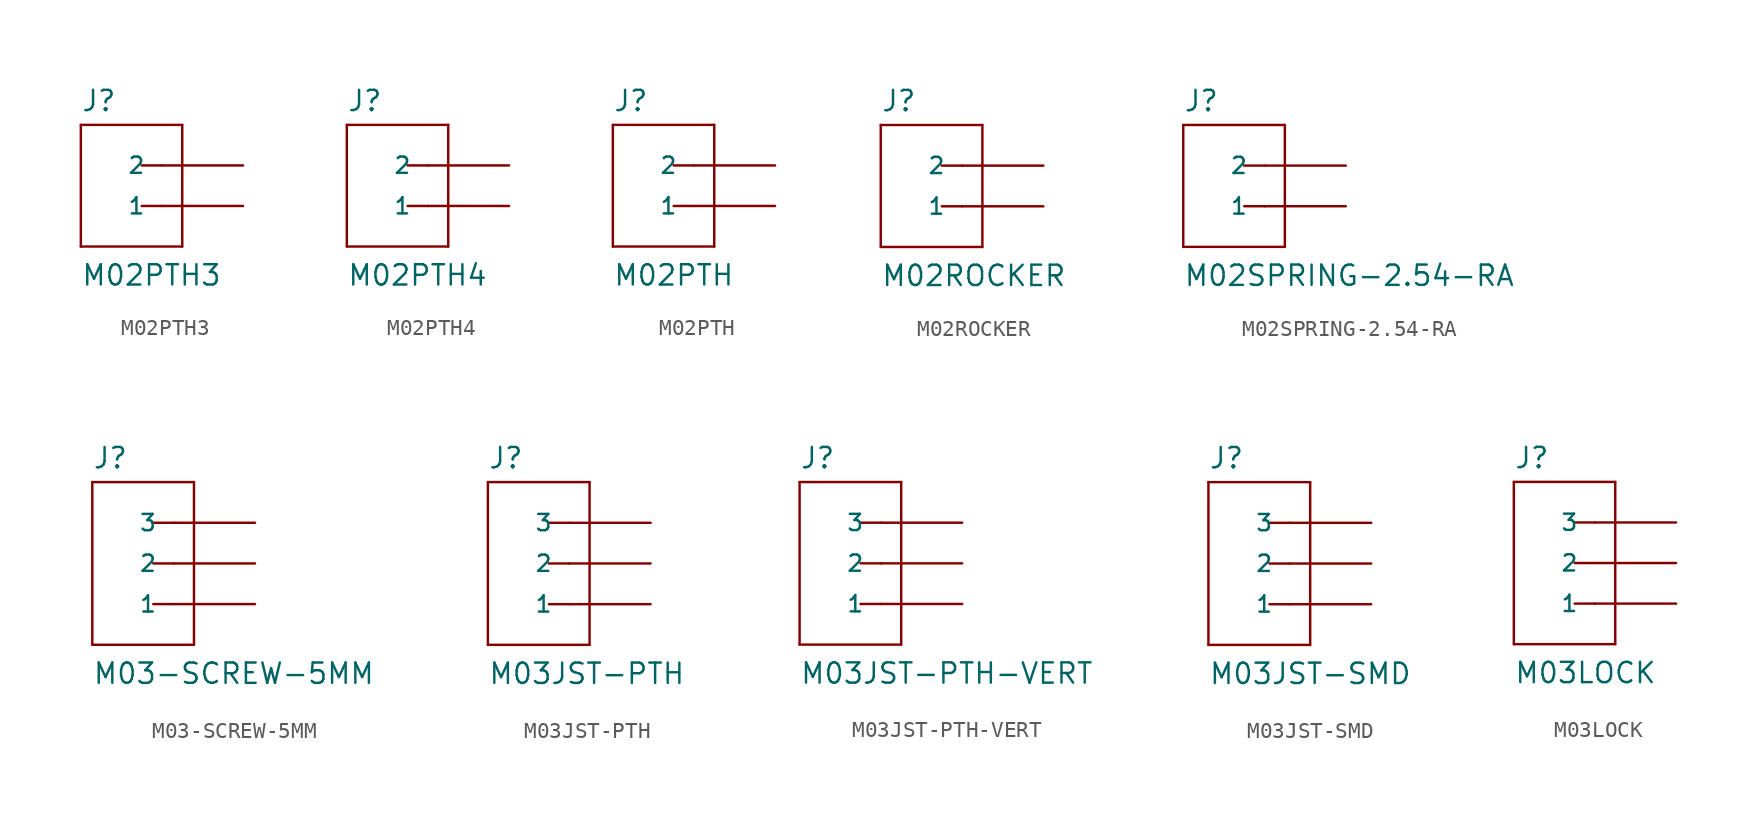
<source format=kicad_sym>
(kicad_symbol_lib
  (version 20211014)
  (generator kicad_symbol_editor)
  (symbol "M02PTH3"
    (pin_numbers hide)
    (pin_names
      (offset 1.016))
    (property "Reference" "J"
      (at -2.54 5.842 0)
      (effects (font (size 1.27 1.27)) (justify left bottom)))
    (property "Value" "M02PTH3"
      (at -2.54 -5.08 0)
      (effects (font (size 1.27 1.27)) (justify left bottom)))
    (property "Datasheet" ""
      (at 0 0 0)
      (effects (font (size 1.524 1.524))))
    (property "ki_locked" ""
      (at 0 0 0)
      (effects (font (size 1.27 1.27))))
    (symbol "M02PTH3_1_0"
      (polyline (pts (xy -2.54 5.08) (xy -2.54 -2.54)) (stroke (width 0) (type default) (color 0 0 0 0)) (fill (type none)))
      (polyline (pts (xy -2.54 5.08) (xy 3.81 5.08)) (stroke (width 0) (type default) (color 0 0 0 0)) (fill (type none)))
      (polyline (pts (xy 1.27 0) (xy 2.54 0)) (stroke (width 0) (type default) (color 0 0 0 0)) (fill (type none)))
      (polyline (pts (xy 1.27 2.54) (xy 2.54 2.54)) (stroke (width 0) (type default) (color 0 0 0 0)) (fill (type none)))
      (polyline (pts (xy 3.81 -2.54) (xy -2.54 -2.54)) (stroke (width 0) (type default) (color 0 0 0 0)) (fill (type none)))
      (polyline (pts (xy 3.81 -2.54) (xy 3.81 5.08)) (stroke (width 0) (type default) (color 0 0 0 0)) (fill (type none))))
    (symbol "M02PTH3_1_1"
      (pin passive line (at 7.62 0 180) (length 5.08) (name "1" (effects (font (size 1.016 1.016)))) (number "1" (effects (font (size 1.016 1.016)))))
      (pin passive line (at 7.62 2.54 180) (length 5.08) (name "2" (effects (font (size 1.016 1.016)))) (number "2" (effects (font (size 1.016 1.016)))))))
  (symbol "M02PTH4"
    (pin_numbers hide)
    (pin_names
      (offset 1.016))
    (property "Reference" "J"
      (at -2.54 5.842 0)
      (effects (font (size 1.27 1.27)) (justify left bottom)))
    (property "Value" "M02PTH4"
      (at -2.54 -5.08 0)
      (effects (font (size 1.27 1.27)) (justify left bottom)))
    (property "Datasheet" ""
      (at 0 0 0)
      (effects (font (size 1.524 1.524))))
    (property "ki_locked" ""
      (at 0 0 0)
      (effects (font (size 1.27 1.27))))
    (symbol "M02PTH4_1_0"
      (polyline (pts (xy -2.54 5.08) (xy -2.54 -2.54)) (stroke (width 0) (type default) (color 0 0 0 0)) (fill (type none)))
      (polyline (pts (xy -2.54 5.08) (xy 3.81 5.08)) (stroke (width 0) (type default) (color 0 0 0 0)) (fill (type none)))
      (polyline (pts (xy 1.27 0) (xy 2.54 0)) (stroke (width 0) (type default) (color 0 0 0 0)) (fill (type none)))
      (polyline (pts (xy 1.27 2.54) (xy 2.54 2.54)) (stroke (width 0) (type default) (color 0 0 0 0)) (fill (type none)))
      (polyline (pts (xy 3.81 -2.54) (xy -2.54 -2.54)) (stroke (width 0) (type default) (color 0 0 0 0)) (fill (type none)))
      (polyline (pts (xy 3.81 -2.54) (xy 3.81 5.08)) (stroke (width 0) (type default) (color 0 0 0 0)) (fill (type none))))
    (symbol "M02PTH4_1_1"
      (pin passive line (at 7.62 0 180) (length 5.08) (name "1" (effects (font (size 1.016 1.016)))) (number "1" (effects (font (size 1.016 1.016)))))
      (pin passive line (at 7.62 2.54 180) (length 5.08) (name "2" (effects (font (size 1.016 1.016)))) (number "2" (effects (font (size 1.016 1.016)))))))
  (symbol "M02PTH"
    (pin_numbers hide)
    (pin_names
      (offset 1.016))
    (property "Reference" "J"
      (at -2.54 5.842 0)
      (effects (font (size 1.27 1.27)) (justify left bottom)))
    (property "Value" "M02PTH"
      (at -2.54 -5.08 0)
      (effects (font (size 1.27 1.27)) (justify left bottom)))
    (property "Datasheet" ""
      (at 0 0 0)
      (effects (font (size 1.524 1.524))))
    (property "ki_locked" ""
      (at 0 0 0)
      (effects (font (size 1.27 1.27))))
    (symbol "M02PTH_1_0"
      (polyline (pts (xy -2.54 5.08) (xy -2.54 -2.54)) (stroke (width 0) (type default) (color 0 0 0 0)) (fill (type none)))
      (polyline (pts (xy -2.54 5.08) (xy 3.81 5.08)) (stroke (width 0) (type default) (color 0 0 0 0)) (fill (type none)))
      (polyline (pts (xy 1.27 0) (xy 2.54 0)) (stroke (width 0) (type default) (color 0 0 0 0)) (fill (type none)))
      (polyline (pts (xy 1.27 2.54) (xy 2.54 2.54)) (stroke (width 0) (type default) (color 0 0 0 0)) (fill (type none)))
      (polyline (pts (xy 3.81 -2.54) (xy -2.54 -2.54)) (stroke (width 0) (type default) (color 0 0 0 0)) (fill (type none)))
      (polyline (pts (xy 3.81 -2.54) (xy 3.81 5.08)) (stroke (width 0) (type default) (color 0 0 0 0)) (fill (type none))))
    (symbol "M02PTH_1_1"
      (pin passive line (at 7.62 0 180) (length 5.08) (name "1" (effects (font (size 1.016 1.016)))) (number "1" (effects (font (size 1.016 1.016)))))
      (pin passive line (at 7.62 2.54 180) (length 5.08) (name "2" (effects (font (size 1.016 1.016)))) (number "2" (effects (font (size 1.016 1.016)))))))
  (symbol "M02ROCKER"
    (pin_numbers hide)
    (pin_names
      (offset 1.016))
    (property "Reference" "J"
      (at -2.54 5.842 0)
      (effects (font (size 1.27 1.27)) (justify left bottom)))
    (property "Value" "M02ROCKER"
      (at -2.54 -5.08 0)
      (effects (font (size 1.27 1.27)) (justify left bottom)))
    (property "Datasheet" ""
      (at 0 0 0)
      (effects (font (size 1.524 1.524))))
    (property "ki_locked" ""
      (at 0 0 0)
      (effects (font (size 1.27 1.27))))
    (symbol "M02ROCKER_1_0"
      (polyline (pts (xy -2.54 5.08) (xy -2.54 -2.54)) (stroke (width 0) (type default) (color 0 0 0 0)) (fill (type none)))
      (polyline (pts (xy -2.54 5.08) (xy 3.81 5.08)) (stroke (width 0) (type default) (color 0 0 0 0)) (fill (type none)))
      (polyline (pts (xy 1.27 0) (xy 2.54 0)) (stroke (width 0) (type default) (color 0 0 0 0)) (fill (type none)))
      (polyline (pts (xy 1.27 2.54) (xy 2.54 2.54)) (stroke (width 0) (type default) (color 0 0 0 0)) (fill (type none)))
      (polyline (pts (xy 3.81 -2.54) (xy -2.54 -2.54)) (stroke (width 0) (type default) (color 0 0 0 0)) (fill (type none)))
      (polyline (pts (xy 3.81 -2.54) (xy 3.81 5.08)) (stroke (width 0) (type default) (color 0 0 0 0)) (fill (type none))))
    (symbol "M02ROCKER_1_1"
      (pin passive line (at 7.62 0 180) (length 5.08) (name "1" (effects (font (size 1.016 1.016)))) (number "P$3" (effects (font (size 1.016 1.016)))))
      (pin passive line (at 7.62 2.54 180) (length 5.08) (name "2" (effects (font (size 1.016 1.016)))) (number "P$4" (effects (font (size 1.016 1.016)))))))
  (symbol "M02SPRING-2.54-RA"
    (pin_numbers hide)
    (pin_names
      (offset 1.016))
    (property "Reference" "J"
      (at -2.54 5.842 0)
      (effects (font (size 1.27 1.27)) (justify left bottom)))
    (property "Value" "M02SPRING-2.54-RA"
      (at -2.54 -5.08 0)
      (effects (font (size 1.27 1.27)) (justify left bottom)))
    (property "Datasheet" ""
      (at 0 0 0)
      (effects (font (size 1.524 1.524))))
    (property "ki_locked" ""
      (at 0 0 0)
      (effects (font (size 1.27 1.27))))
    (symbol "M02SPRING-2.54-RA_1_0"
      (polyline (pts (xy -2.54 5.08) (xy -2.54 -2.54)) (stroke (width 0) (type default) (color 0 0 0 0)) (fill (type none)))
      (polyline (pts (xy -2.54 5.08) (xy 3.81 5.08)) (stroke (width 0) (type default) (color 0 0 0 0)) (fill (type none)))
      (polyline (pts (xy 1.27 0) (xy 2.54 0)) (stroke (width 0) (type default) (color 0 0 0 0)) (fill (type none)))
      (polyline (pts (xy 1.27 2.54) (xy 2.54 2.54)) (stroke (width 0) (type default) (color 0 0 0 0)) (fill (type none)))
      (polyline (pts (xy 3.81 -2.54) (xy -2.54 -2.54)) (stroke (width 0) (type default) (color 0 0 0 0)) (fill (type none)))
      (polyline (pts (xy 3.81 -2.54) (xy 3.81 5.08)) (stroke (width 0) (type default) (color 0 0 0 0)) (fill (type none))))
    (symbol "M02SPRING-2.54-RA_1_1"
      (pin passive line (at 7.62 0 180) (length 5.08) (name "1" (effects (font (size 1.016 1.016)))) (number "1" (effects (font (size 1.016 1.016)))))
      (pin passive line (at 7.62 2.54 180) (length 5.08) (name "2" (effects (font (size 1.016 1.016)))) (number "2" (effects (font (size 1.016 1.016)))))))
  (symbol "M03-SCREW-5MM"
    (pin_numbers hide)
    (pin_names
      (offset 1.016))
    (property "Reference" "J"
      (at -2.54 5.842 0)
      (effects (font (size 1.27 1.27)) (justify left bottom)))
    (property "Value" "M03-SCREW-5MM"
      (at -2.54 -7.62 0)
      (effects (font (size 1.27 1.27)) (justify left bottom)))
    (property "Datasheet" ""
      (at 0 0 0)
      (effects (font (size 1.524 1.524))))
    (property "ki_locked" ""
      (at 0 0 0)
      (effects (font (size 1.27 1.27))))
    (symbol "M03-SCREW-5MM_1_0"
      (polyline (pts (xy -2.54 5.08) (xy -2.54 -5.08)) (stroke (width 0) (type default) (color 0 0 0 0)) (fill (type none)))
      (polyline (pts (xy -2.54 5.08) (xy 3.81 5.08)) (stroke (width 0) (type default) (color 0 0 0 0)) (fill (type none)))
      (polyline (pts (xy 1.27 -2.54) (xy 2.54 -2.54)) (stroke (width 0) (type default) (color 0 0 0 0)) (fill (type none)))
      (polyline (pts (xy 1.27 0) (xy 2.54 0)) (stroke (width 0) (type default) (color 0 0 0 0)) (fill (type none)))
      (polyline (pts (xy 1.27 2.54) (xy 2.54 2.54)) (stroke (width 0) (type default) (color 0 0 0 0)) (fill (type none)))
      (polyline (pts (xy 3.81 -5.08) (xy -2.54 -5.08)) (stroke (width 0) (type default) (color 0 0 0 0)) (fill (type none)))
      (polyline (pts (xy 3.81 -5.08) (xy 3.81 5.08)) (stroke (width 0) (type default) (color 0 0 0 0)) (fill (type none))))
    (symbol "M03-SCREW-5MM_1_1"
      (pin passive line (at 7.62 -2.54 180) (length 5.08) (name "1" (effects (font (size 1.016 1.016)))) (number "1" (effects (font (size 1.016 1.016)))))
      (pin passive line (at 7.62 0 180) (length 5.08) (name "2" (effects (font (size 1.016 1.016)))) (number "2" (effects (font (size 1.016 1.016)))))
      (pin passive line (at 7.62 2.54 180) (length 5.08) (name "3" (effects (font (size 1.016 1.016)))) (number "3" (effects (font (size 1.016 1.016)))))))
  (symbol "M03JST-PTH"
    (pin_numbers hide)
    (pin_names
      (offset 1.016))
    (property "Reference" "J"
      (at -2.54 5.842 0)
      (effects (font (size 1.27 1.27)) (justify left bottom)))
    (property "Value" "M03JST-PTH"
      (at -2.54 -7.62 0)
      (effects (font (size 1.27 1.27)) (justify left bottom)))
    (property "Datasheet" ""
      (at 0 0 0)
      (effects (font (size 1.524 1.524))))
    (property "ki_locked" ""
      (at 0 0 0)
      (effects (font (size 1.27 1.27))))
    (symbol "M03JST-PTH_1_0"
      (polyline (pts (xy -2.54 5.08) (xy -2.54 -5.08)) (stroke (width 0) (type default) (color 0 0 0 0)) (fill (type none)))
      (polyline (pts (xy -2.54 5.08) (xy 3.81 5.08)) (stroke (width 0) (type default) (color 0 0 0 0)) (fill (type none)))
      (polyline (pts (xy 1.27 -2.54) (xy 2.54 -2.54)) (stroke (width 0) (type default) (color 0 0 0 0)) (fill (type none)))
      (polyline (pts (xy 1.27 0) (xy 2.54 0)) (stroke (width 0) (type default) (color 0 0 0 0)) (fill (type none)))
      (polyline (pts (xy 1.27 2.54) (xy 2.54 2.54)) (stroke (width 0) (type default) (color 0 0 0 0)) (fill (type none)))
      (polyline (pts (xy 3.81 -5.08) (xy -2.54 -5.08)) (stroke (width 0) (type default) (color 0 0 0 0)) (fill (type none)))
      (polyline (pts (xy 3.81 -5.08) (xy 3.81 5.08)) (stroke (width 0) (type default) (color 0 0 0 0)) (fill (type none))))
    (symbol "M03JST-PTH_1_1"
      (pin passive line (at 7.62 -2.54 180) (length 5.08) (name "1" (effects (font (size 1.016 1.016)))) (number "1" (effects (font (size 1.016 1.016)))))
      (pin passive line (at 7.62 0 180) (length 5.08) (name "2" (effects (font (size 1.016 1.016)))) (number "2" (effects (font (size 1.016 1.016)))))
      (pin passive line (at 7.62 2.54 180) (length 5.08) (name "3" (effects (font (size 1.016 1.016)))) (number "3" (effects (font (size 1.016 1.016)))))))
  (symbol "M03JST-PTH-VERT"
    (pin_numbers hide)
    (pin_names
      (offset 1.016))
    (property "Reference" "J"
      (at -2.54 5.842 0)
      (effects (font (size 1.27 1.27)) (justify left bottom)))
    (property "Value" "M03JST-PTH-VERT"
      (at -2.54 -7.62 0)
      (effects (font (size 1.27 1.27)) (justify left bottom)))
    (property "Datasheet" ""
      (at 0 0 0)
      (effects (font (size 1.524 1.524))))
    (property "ki_locked" ""
      (at 0 0 0)
      (effects (font (size 1.27 1.27))))
    (symbol "M03JST-PTH-VERT_1_0"
      (polyline (pts (xy -2.54 5.08) (xy -2.54 -5.08)) (stroke (width 0) (type default) (color 0 0 0 0)) (fill (type none)))
      (polyline (pts (xy -2.54 5.08) (xy 3.81 5.08)) (stroke (width 0) (type default) (color 0 0 0 0)) (fill (type none)))
      (polyline (pts (xy 1.27 -2.54) (xy 2.54 -2.54)) (stroke (width 0) (type default) (color 0 0 0 0)) (fill (type none)))
      (polyline (pts (xy 1.27 0) (xy 2.54 0)) (stroke (width 0) (type default) (color 0 0 0 0)) (fill (type none)))
      (polyline (pts (xy 1.27 2.54) (xy 2.54 2.54)) (stroke (width 0) (type default) (color 0 0 0 0)) (fill (type none)))
      (polyline (pts (xy 3.81 -5.08) (xy -2.54 -5.08)) (stroke (width 0) (type default) (color 0 0 0 0)) (fill (type none)))
      (polyline (pts (xy 3.81 -5.08) (xy 3.81 5.08)) (stroke (width 0) (type default) (color 0 0 0 0)) (fill (type none))))
    (symbol "M03JST-PTH-VERT_1_1"
      (pin passive line (at 7.62 -2.54 180) (length 5.08) (name "1" (effects (font (size 1.016 1.016)))) (number "1" (effects (font (size 1.016 1.016)))))
      (pin passive line (at 7.62 0 180) (length 5.08) (name "2" (effects (font (size 1.016 1.016)))) (number "2" (effects (font (size 1.016 1.016)))))
      (pin passive line (at 7.62 2.54 180) (length 5.08) (name "3" (effects (font (size 1.016 1.016)))) (number "3" (effects (font (size 1.016 1.016)))))))
  (symbol "M03JST-SMD"
    (pin_numbers hide)
    (pin_names
      (offset 1.016))
    (property "Reference" "J"
      (at -2.54 5.842 0)
      (effects (font (size 1.27 1.27)) (justify left bottom)))
    (property "Value" "M03JST-SMD"
      (at -2.54 -7.62 0)
      (effects (font (size 1.27 1.27)) (justify left bottom)))
    (property "Datasheet" ""
      (at 0 0 0)
      (effects (font (size 1.524 1.524))))
    (property "ki_locked" ""
      (at 0 0 0)
      (effects (font (size 1.27 1.27))))
    (symbol "M03JST-SMD_1_0"
      (polyline (pts (xy -2.54 5.08) (xy -2.54 -5.08)) (stroke (width 0) (type default) (color 0 0 0 0)) (fill (type none)))
      (polyline (pts (xy -2.54 5.08) (xy 3.81 5.08)) (stroke (width 0) (type default) (color 0 0 0 0)) (fill (type none)))
      (polyline (pts (xy 1.27 -2.54) (xy 2.54 -2.54)) (stroke (width 0) (type default) (color 0 0 0 0)) (fill (type none)))
      (polyline (pts (xy 1.27 0) (xy 2.54 0)) (stroke (width 0) (type default) (color 0 0 0 0)) (fill (type none)))
      (polyline (pts (xy 1.27 2.54) (xy 2.54 2.54)) (stroke (width 0) (type default) (color 0 0 0 0)) (fill (type none)))
      (polyline (pts (xy 3.81 -5.08) (xy -2.54 -5.08)) (stroke (width 0) (type default) (color 0 0 0 0)) (fill (type none)))
      (polyline (pts (xy 3.81 -5.08) (xy 3.81 5.08)) (stroke (width 0) (type default) (color 0 0 0 0)) (fill (type none))))
    (symbol "M03JST-SMD_1_1"
      (pin passive line (at 7.62 -2.54 180) (length 5.08) (name "1" (effects (font (size 1.016 1.016)))) (number "1" (effects (font (size 1.016 1.016)))))
      (pin passive line (at 7.62 0 180) (length 5.08) (name "2" (effects (font (size 1.016 1.016)))) (number "2" (effects (font (size 1.016 1.016)))))
      (pin passive line (at 7.62 2.54 180) (length 5.08) (name "3" (effects (font (size 1.016 1.016)))) (number "3" (effects (font (size 1.016 1.016)))))))
  (symbol "M03LOCK"
    (pin_numbers hide)
    (pin_names
      (offset 1.016))
    (property "Reference" "J"
      (at -2.54 5.842 0)
      (effects (font (size 1.27 1.27)) (justify left bottom)))
    (property "Value" "M03LOCK"
      (at -2.54 -7.62 0)
      (effects (font (size 1.27 1.27)) (justify left bottom)))
    (property "Datasheet" ""
      (at 0 0 0)
      (effects (font (size 1.524 1.524))))
    (property "ki_locked" ""
      (at 0 0 0)
      (effects (font (size 1.27 1.27))))
    (symbol "M03LOCK_1_0"
      (polyline (pts (xy -2.54 5.08) (xy -2.54 -5.08)) (stroke (width 0) (type default) (color 0 0 0 0)) (fill (type none)))
      (polyline (pts (xy -2.54 5.08) (xy 3.81 5.08)) (stroke (width 0) (type default) (color 0 0 0 0)) (fill (type none)))
      (polyline (pts (xy 1.27 -2.54) (xy 2.54 -2.54)) (stroke (width 0) (type default) (color 0 0 0 0)) (fill (type none)))
      (polyline (pts (xy 1.27 0) (xy 2.54 0)) (stroke (width 0) (type default) (color 0 0 0 0)) (fill (type none)))
      (polyline (pts (xy 1.27 2.54) (xy 2.54 2.54)) (stroke (width 0) (type default) (color 0 0 0 0)) (fill (type none)))
      (polyline (pts (xy 3.81 -5.08) (xy -2.54 -5.08)) (stroke (width 0) (type default) (color 0 0 0 0)) (fill (type none)))
      (polyline (pts (xy 3.81 -5.08) (xy 3.81 5.08)) (stroke (width 0) (type default) (color 0 0 0 0)) (fill (type none))))
    (symbol "M03LOCK_1_1"
      (pin passive line (at 7.62 -2.54 180) (length 5.08) (name "1" (effects (font (size 1.016 1.016)))) (number "1" (effects (font (size 1.016 1.016)))))
      (pin passive line (at 7.62 0 180) (length 5.08) (name "2" (effects (font (size 1.016 1.016)))) (number "2" (effects (font (size 1.016 1.016)))))
      (pin passive line (at 7.62 2.54 180) (length 5.08) (name "3" (effects (font (size 1.016 1.016)))) (number "3" (effects (font (size 1.016 1.016))))))))
</source>
